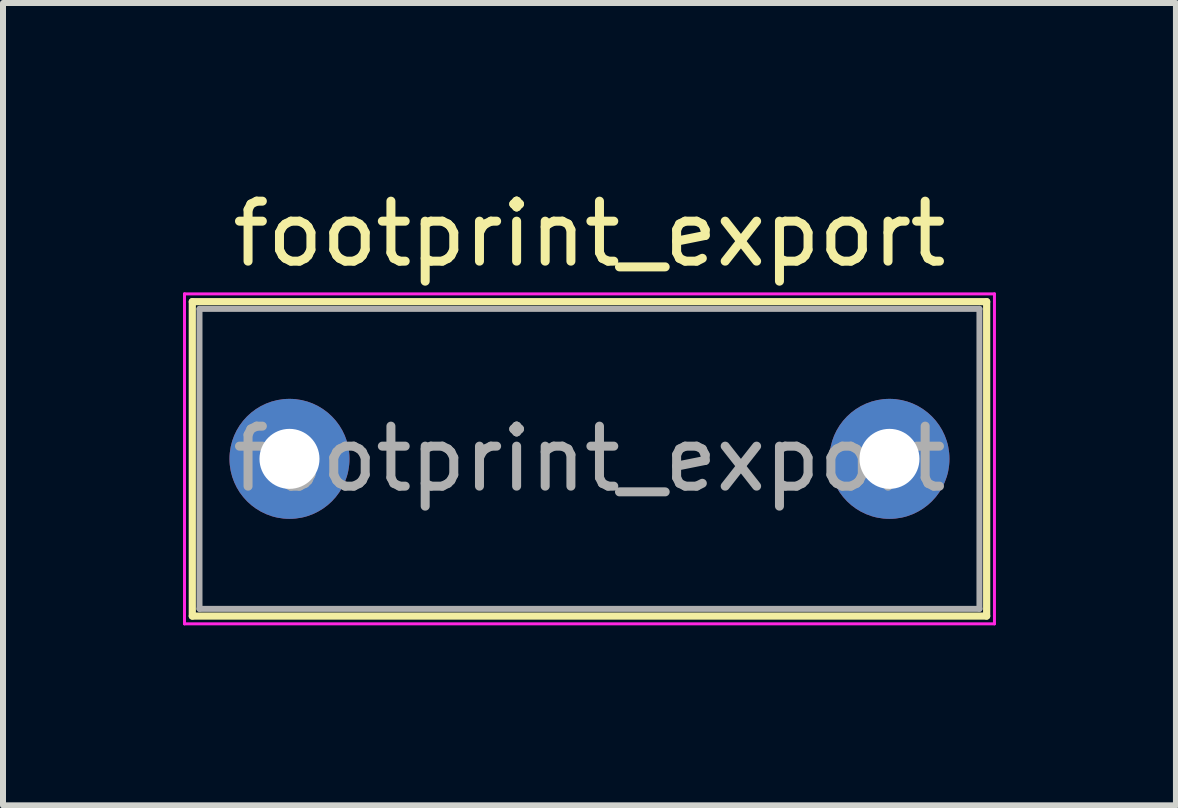
<source format=kicad_pcb>
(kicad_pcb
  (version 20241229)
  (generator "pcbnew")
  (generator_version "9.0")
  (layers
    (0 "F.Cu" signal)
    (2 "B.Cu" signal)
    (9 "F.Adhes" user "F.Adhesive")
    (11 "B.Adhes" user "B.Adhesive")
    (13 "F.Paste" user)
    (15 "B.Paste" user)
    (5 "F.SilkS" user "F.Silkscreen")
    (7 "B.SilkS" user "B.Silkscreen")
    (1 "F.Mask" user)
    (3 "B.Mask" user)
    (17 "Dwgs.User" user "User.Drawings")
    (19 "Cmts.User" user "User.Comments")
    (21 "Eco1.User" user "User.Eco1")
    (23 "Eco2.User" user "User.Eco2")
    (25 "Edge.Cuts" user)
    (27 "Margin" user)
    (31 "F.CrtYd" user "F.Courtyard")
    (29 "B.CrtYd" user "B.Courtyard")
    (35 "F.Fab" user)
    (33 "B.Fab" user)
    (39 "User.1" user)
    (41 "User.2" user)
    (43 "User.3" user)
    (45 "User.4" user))
  (footprint "footprint_export"
    (layer "F.Cu")
    (at 1.775 4.598)
    (property "Reference" "footprint_export" (at 5 -3.75 0) (layer "F.SilkS") (effects (font (size 1 1) (thickness 0.15))))
    (attr through_hole)
    (fp_line (start -1.62 -2.62) (end -1.62 2.62) (stroke (width 0.12) (type solid)) (layer "F.SilkS"))
    (fp_line (start -1.62 -2.62) (end 11.62 -2.62) (stroke (width 0.12) (type solid)) (layer "F.SilkS"))
    (fp_line (start -1.62 2.62) (end 11.62 2.62) (stroke (width 0.12) (type solid)) (layer "F.SilkS"))
    (fp_line (start 11.62 -2.62) (end 11.62 2.62) (stroke (width 0.12) (type solid)) (layer "F.SilkS"))
    (fp_line (start -1.75 -2.75) (end -1.75 2.75) (stroke (width 0.05) (type solid)) (layer "F.CrtYd"))
    (fp_line (start -1.75 2.75) (end 11.75 2.75) (stroke (width 0.05) (type solid)) (layer "F.CrtYd"))
    (fp_line (start 11.75 -2.75) (end -1.75 -2.75) (stroke (width 0.05) (type solid)) (layer "F.CrtYd"))
    (fp_line (start 11.75 2.75) (end 11.75 -2.75) (stroke (width 0.05) (type solid)) (layer "F.CrtYd"))
    (fp_line (start -1.5 -2.5) (end -1.5 2.5) (stroke (width 0.1) (type solid)) (layer "F.Fab"))
    (fp_line (start -1.5 2.5) (end 11.5 2.5) (stroke (width 0.1) (type solid)) (layer "F.Fab"))
    (fp_line (start 11.5 -2.5) (end -1.5 -2.5) (stroke (width 0.1) (type solid)) (layer "F.Fab"))
    (fp_line (start 11.5 2.5) (end 11.5 -2.5) (stroke (width 0.1) (type solid)) (layer "F.Fab"))
    (fp_text user "${REFERENCE}" (at 5 0 0) (layer "F.Fab") (effects (font (size 1 1) (thickness 0.15))))
    (pad "1" thru_hole circle (at 0 0) (size 2 2) (drill 1) (layers "*.Cu" "*.Mask"))
    (pad "2" thru_hole circle (at 10 0) (size 2 2) (drill 1) (layers "*.Cu" "*.Mask")))
  (gr_rect
    (start -3 -3)
    (end 16.55 10.373)
    (stroke (width 0.1) (type default))
    (fill no)
    (layer "Edge.Cuts")))
</source>
